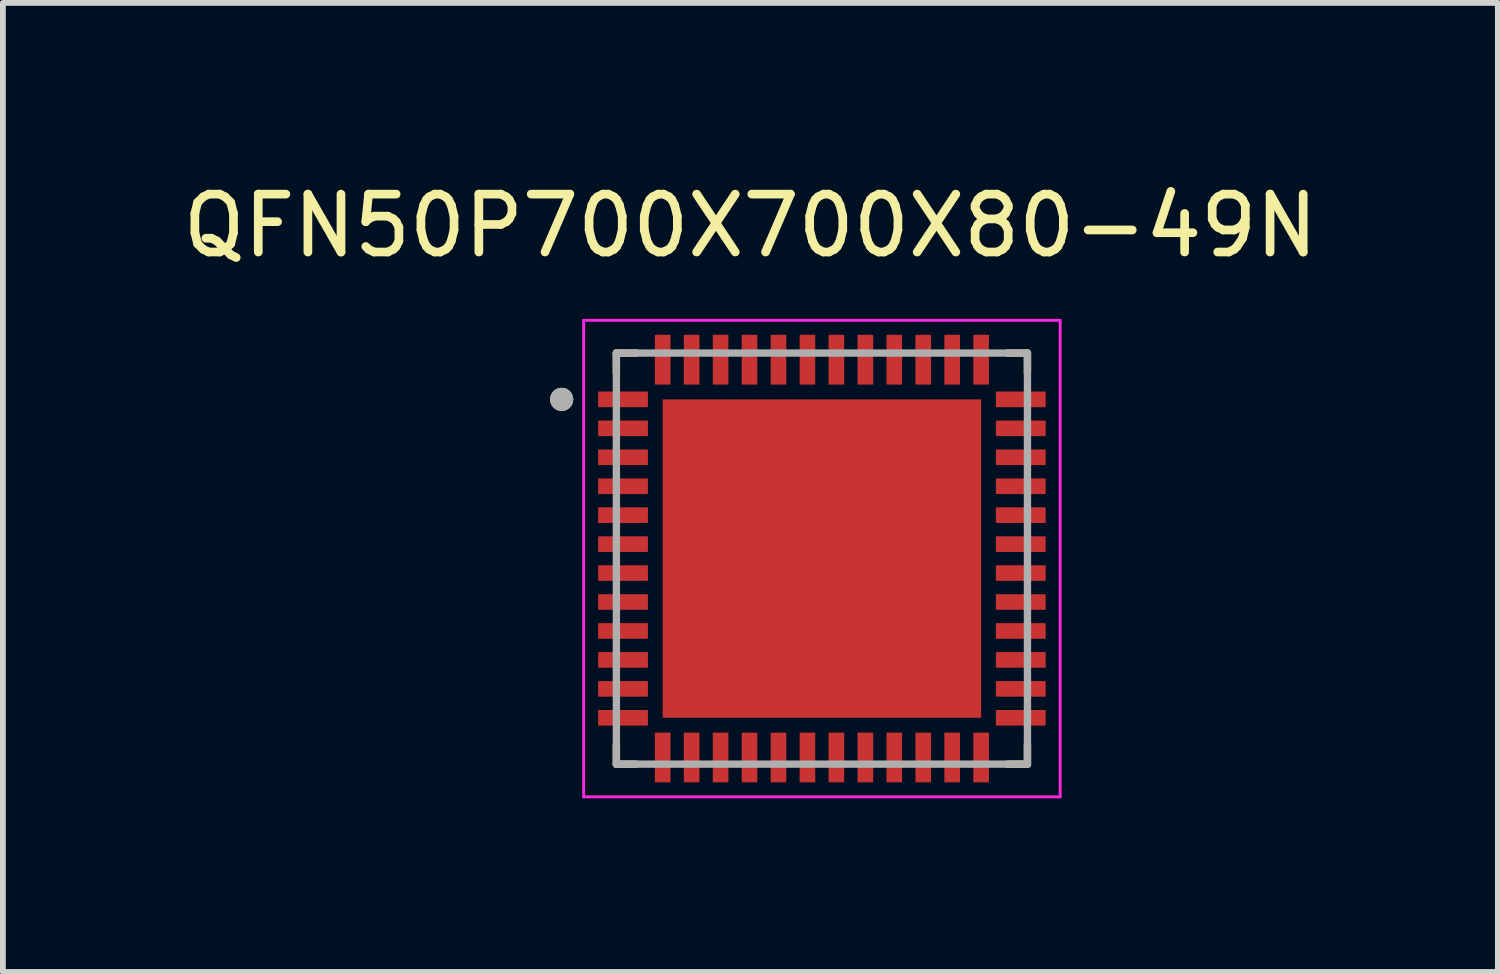
<source format=kicad_pcb>
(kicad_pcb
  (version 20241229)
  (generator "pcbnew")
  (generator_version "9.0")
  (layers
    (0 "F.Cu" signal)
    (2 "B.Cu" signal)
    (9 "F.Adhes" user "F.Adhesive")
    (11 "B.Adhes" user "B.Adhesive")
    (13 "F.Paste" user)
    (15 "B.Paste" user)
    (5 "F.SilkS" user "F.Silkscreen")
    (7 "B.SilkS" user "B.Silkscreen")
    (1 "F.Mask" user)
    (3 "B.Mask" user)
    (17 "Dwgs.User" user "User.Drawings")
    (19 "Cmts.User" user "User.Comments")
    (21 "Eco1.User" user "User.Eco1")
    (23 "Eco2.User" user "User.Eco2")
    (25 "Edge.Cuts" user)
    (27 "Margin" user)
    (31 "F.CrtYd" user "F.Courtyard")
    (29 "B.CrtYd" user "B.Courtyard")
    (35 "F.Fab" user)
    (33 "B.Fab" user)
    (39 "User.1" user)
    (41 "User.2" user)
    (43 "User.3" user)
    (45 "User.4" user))
  (footprint "QFN50P700X700X80-49N"
    (layer "F.Cu")
    (at 11.146 6.598)
    (property "Reference" "QFN50P700X700X80-49N" (at -1.235 -5.75 0) (layer "F.SilkS") (effects (font (size 1 1) (thickness 0.15))))
    (attr smd)
    (fp_line (start -3.55 -3.55) (end -3.55 -3.205) (stroke (width 0.127) (type solid)) (layer "F.SilkS"))
    (fp_line (start -3.55 -3.55) (end -3.205 -3.55) (stroke (width 0.127) (type solid)) (layer "F.SilkS"))
    (fp_line (start -3.55 3.55) (end -3.55 3.205) (stroke (width 0.127) (type solid)) (layer "F.SilkS"))
    (fp_line (start -3.55 3.55) (end -3.205 3.55) (stroke (width 0.127) (type solid)) (layer "F.SilkS"))
    (fp_line (start 3.55 -3.55) (end 3.205 -3.55) (stroke (width 0.127) (type solid)) (layer "F.SilkS"))
    (fp_line (start 3.55 -3.55) (end 3.55 -3.205) (stroke (width 0.127) (type solid)) (layer "F.SilkS"))
    (fp_line (start 3.55 3.55) (end 3.205 3.55) (stroke (width 0.127) (type solid)) (layer "F.SilkS"))
    (fp_line (start 3.55 3.55) (end 3.55 3.205) (stroke (width 0.127) (type solid)) (layer "F.SilkS"))
    (fp_circle (center -4.495 -2.75) (end -4.395 -2.75) (stroke (width 0.2) (type solid)) (fill no) (layer "F.SilkS"))
    (fp_poly (pts (xy -2.245 -2.245) (xy -0.505 -2.245) (xy -0.505 -0.505) (xy -2.245 -0.505)) (stroke (width 0.01) (type solid)) (fill yes) (layer "F.Paste"))
    (fp_poly (pts (xy -2.245 0.505) (xy -0.505 0.505) (xy -0.505 2.245) (xy -2.245 2.245)) (stroke (width 0.01) (type solid)) (fill yes) (layer "F.Paste"))
    (fp_poly (pts (xy 0.505 -2.245) (xy 2.245 -2.245) (xy 2.245 -0.505) (xy 0.505 -0.505)) (stroke (width 0.01) (type solid)) (fill yes) (layer "F.Paste"))
    (fp_poly (pts (xy 0.505 0.505) (xy 2.245 0.505) (xy 2.245 2.245) (xy 0.505 2.245)) (stroke (width 0.01) (type solid)) (fill yes) (layer "F.Paste"))
    (fp_line (start -4.115 -4.115) (end 4.115 -4.115) (stroke (width 0.05) (type solid)) (layer "F.CrtYd"))
    (fp_line (start -4.115 4.115) (end -4.115 -4.115) (stroke (width 0.05) (type solid)) (layer "F.CrtYd"))
    (fp_line (start -4.115 4.115) (end 4.115 4.115) (stroke (width 0.05) (type solid)) (layer "F.CrtYd"))
    (fp_line (start 4.115 4.115) (end 4.115 -4.115) (stroke (width 0.05) (type solid)) (layer "F.CrtYd"))
    (fp_line (start -3.55 3.55) (end -3.55 -3.55) (stroke (width 0.127) (type solid)) (layer "F.Fab"))
    (fp_line (start 3.55 -3.55) (end -3.55 -3.55) (stroke (width 0.127) (type solid)) (layer "F.Fab"))
    (fp_line (start 3.55 3.55) (end -3.55 3.55) (stroke (width 0.127) (type solid)) (layer "F.Fab"))
    (fp_line (start 3.55 3.55) (end 3.55 -3.55) (stroke (width 0.127) (type solid)) (layer "F.Fab"))
    (fp_circle (center -4.495 -2.75) (end -4.395 -2.75) (stroke (width 0.2) (type solid)) (fill no) (layer "F.Fab"))
    (pad "1" smd roundrect (at -3.435 -2.75) (size 0.86 0.27) (layers "F.Cu" "F.Mask" "F.Paste") (roundrect_rratio 0.03))
    (pad "2" smd roundrect (at -3.435 -2.25) (size 0.86 0.27) (layers "F.Cu" "F.Mask" "F.Paste") (roundrect_rratio 0.03))
    (pad "3" smd roundrect (at -3.435 -1.75) (size 0.86 0.27) (layers "F.Cu" "F.Mask" "F.Paste") (roundrect_rratio 0.03))
    (pad "4" smd roundrect (at -3.435 -1.25) (size 0.86 0.27) (layers "F.Cu" "F.Mask" "F.Paste") (roundrect_rratio 0.03))
    (pad "5" smd roundrect (at -3.435 -0.75) (size 0.86 0.27) (layers "F.Cu" "F.Mask" "F.Paste") (roundrect_rratio 0.03))
    (pad "6" smd roundrect (at -3.435 -0.25) (size 0.86 0.27) (layers "F.Cu" "F.Mask" "F.Paste") (roundrect_rratio 0.03))
    (pad "7" smd roundrect (at -3.435 0.25) (size 0.86 0.27) (layers "F.Cu" "F.Mask" "F.Paste") (roundrect_rratio 0.03))
    (pad "8" smd roundrect (at -3.435 0.75) (size 0.86 0.27) (layers "F.Cu" "F.Mask" "F.Paste") (roundrect_rratio 0.03))
    (pad "9" smd roundrect (at -3.435 1.25) (size 0.86 0.27) (layers "F.Cu" "F.Mask" "F.Paste") (roundrect_rratio 0.03))
    (pad "10" smd roundrect (at -3.435 1.75) (size 0.86 0.27) (layers "F.Cu" "F.Mask" "F.Paste") (roundrect_rratio 0.03))
    (pad "11" smd roundrect (at -3.435 2.25) (size 0.86 0.27) (layers "F.Cu" "F.Mask" "F.Paste") (roundrect_rratio 0.03))
    (pad "12" smd roundrect (at -3.435 2.75) (size 0.86 0.27) (layers "F.Cu" "F.Mask" "F.Paste") (roundrect_rratio 0.03))
    (pad "13" smd roundrect (at -2.75 3.435 90) (size 0.86 0.27) (layers "F.Cu" "F.Mask" "F.Paste") (roundrect_rratio 0.03))
    (pad "14" smd roundrect (at -2.25 3.435 90) (size 0.86 0.27) (layers "F.Cu" "F.Mask" "F.Paste") (roundrect_rratio 0.03))
    (pad "15" smd roundrect (at -1.75 3.435 90) (size 0.86 0.27) (layers "F.Cu" "F.Mask" "F.Paste") (roundrect_rratio 0.03))
    (pad "16" smd roundrect (at -1.25 3.435 90) (size 0.86 0.27) (layers "F.Cu" "F.Mask" "F.Paste") (roundrect_rratio 0.03))
    (pad "17" smd roundrect (at -0.75 3.435 90) (size 0.86 0.27) (layers "F.Cu" "F.Mask" "F.Paste") (roundrect_rratio 0.03))
    (pad "18" smd roundrect (at -0.25 3.435 90) (size 0.86 0.27) (layers "F.Cu" "F.Mask" "F.Paste") (roundrect_rratio 0.03))
    (pad "19" smd roundrect (at 0.25 3.435 90) (size 0.86 0.27) (layers "F.Cu" "F.Mask" "F.Paste") (roundrect_rratio 0.03))
    (pad "20" smd roundrect (at 0.75 3.435 90) (size 0.86 0.27) (layers "F.Cu" "F.Mask" "F.Paste") (roundrect_rratio 0.03))
    (pad "21" smd roundrect (at 1.25 3.435 90) (size 0.86 0.27) (layers "F.Cu" "F.Mask" "F.Paste") (roundrect_rratio 0.03))
    (pad "22" smd roundrect (at 1.75 3.435 90) (size 0.86 0.27) (layers "F.Cu" "F.Mask" "F.Paste") (roundrect_rratio 0.03))
    (pad "23" smd roundrect (at 2.25 3.435 90) (size 0.86 0.27) (layers "F.Cu" "F.Mask" "F.Paste") (roundrect_rratio 0.03))
    (pad "24" smd roundrect (at 2.75 3.435 90) (size 0.86 0.27) (layers "F.Cu" "F.Mask" "F.Paste") (roundrect_rratio 0.03))
    (pad "25" smd roundrect (at 3.435 2.75) (size 0.86 0.27) (layers "F.Cu" "F.Mask" "F.Paste") (roundrect_rratio 0.03))
    (pad "26" smd roundrect (at 3.435 2.25) (size 0.86 0.27) (layers "F.Cu" "F.Mask" "F.Paste") (roundrect_rratio 0.03))
    (pad "27" smd roundrect (at 3.435 1.75) (size 0.86 0.27) (layers "F.Cu" "F.Mask" "F.Paste") (roundrect_rratio 0.03))
    (pad "28" smd roundrect (at 3.435 1.25) (size 0.86 0.27) (layers "F.Cu" "F.Mask" "F.Paste") (roundrect_rratio 0.03))
    (pad "29" smd roundrect (at 3.435 0.75) (size 0.86 0.27) (layers "F.Cu" "F.Mask" "F.Paste") (roundrect_rratio 0.03))
    (pad "30" smd roundrect (at 3.435 0.25) (size 0.86 0.27) (layers "F.Cu" "F.Mask" "F.Paste") (roundrect_rratio 0.03))
    (pad "31" smd roundrect (at 3.435 -0.25) (size 0.86 0.27) (layers "F.Cu" "F.Mask" "F.Paste") (roundrect_rratio 0.03))
    (pad "32" smd roundrect (at 3.435 -0.75) (size 0.86 0.27) (layers "F.Cu" "F.Mask" "F.Paste") (roundrect_rratio 0.03))
    (pad "33" smd roundrect (at 3.435 -1.25) (size 0.86 0.27) (layers "F.Cu" "F.Mask" "F.Paste") (roundrect_rratio 0.03))
    (pad "34" smd roundrect (at 3.435 -1.75) (size 0.86 0.27) (layers "F.Cu" "F.Mask" "F.Paste") (roundrect_rratio 0.03))
    (pad "35" smd roundrect (at 3.435 -2.25) (size 0.86 0.27) (layers "F.Cu" "F.Mask" "F.Paste") (roundrect_rratio 0.03))
    (pad "36" smd roundrect (at 3.435 -2.75) (size 0.86 0.27) (layers "F.Cu" "F.Mask" "F.Paste") (roundrect_rratio 0.03))
    (pad "37" smd roundrect (at 2.75 -3.435 90) (size 0.86 0.27) (layers "F.Cu" "F.Mask" "F.Paste") (roundrect_rratio 0.03))
    (pad "38" smd roundrect (at 2.25 -3.435 90) (size 0.86 0.27) (layers "F.Cu" "F.Mask" "F.Paste") (roundrect_rratio 0.03))
    (pad "39" smd roundrect (at 1.75 -3.435 90) (size 0.86 0.27) (layers "F.Cu" "F.Mask" "F.Paste") (roundrect_rratio 0.03))
    (pad "40" smd roundrect (at 1.25 -3.435 90) (size 0.86 0.27) (layers "F.Cu" "F.Mask" "F.Paste") (roundrect_rratio 0.03))
    (pad "41" smd roundrect (at 0.75 -3.435 90) (size 0.86 0.27) (layers "F.Cu" "F.Mask" "F.Paste") (roundrect_rratio 0.03))
    (pad "42" smd roundrect (at 0.25 -3.435 90) (size 0.86 0.27) (layers "F.Cu" "F.Mask" "F.Paste") (roundrect_rratio 0.03))
    (pad "43" smd roundrect (at -0.25 -3.435 90) (size 0.86 0.27) (layers "F.Cu" "F.Mask" "F.Paste") (roundrect_rratio 0.03))
    (pad "44" smd roundrect (at -0.75 -3.435 90) (size 0.86 0.27) (layers "F.Cu" "F.Mask" "F.Paste") (roundrect_rratio 0.03))
    (pad "45" smd roundrect (at -1.25 -3.435 90) (size 0.86 0.27) (layers "F.Cu" "F.Mask" "F.Paste") (roundrect_rratio 0.03))
    (pad "46" smd roundrect (at -1.75 -3.435 90) (size 0.86 0.27) (layers "F.Cu" "F.Mask" "F.Paste") (roundrect_rratio 0.03))
    (pad "47" smd roundrect (at -2.25 -3.435 90) (size 0.86 0.27) (layers "F.Cu" "F.Mask" "F.Paste") (roundrect_rratio 0.03))
    (pad "48" smd roundrect (at -2.75 -3.435 90) (size 0.86 0.27) (layers "F.Cu" "F.Mask" "F.Paste") (roundrect_rratio 0.03))
    (pad "49" smd rect (at 0 0) (size 5.5 5.5) (layers "F.Cu" "F.Mask")))
  (gr_rect
    (start -3 -3)
    (end 22.821 13.738)
    (stroke (width 0.1) (type default))
    (fill no)
    (layer "Edge.Cuts")))
</source>
